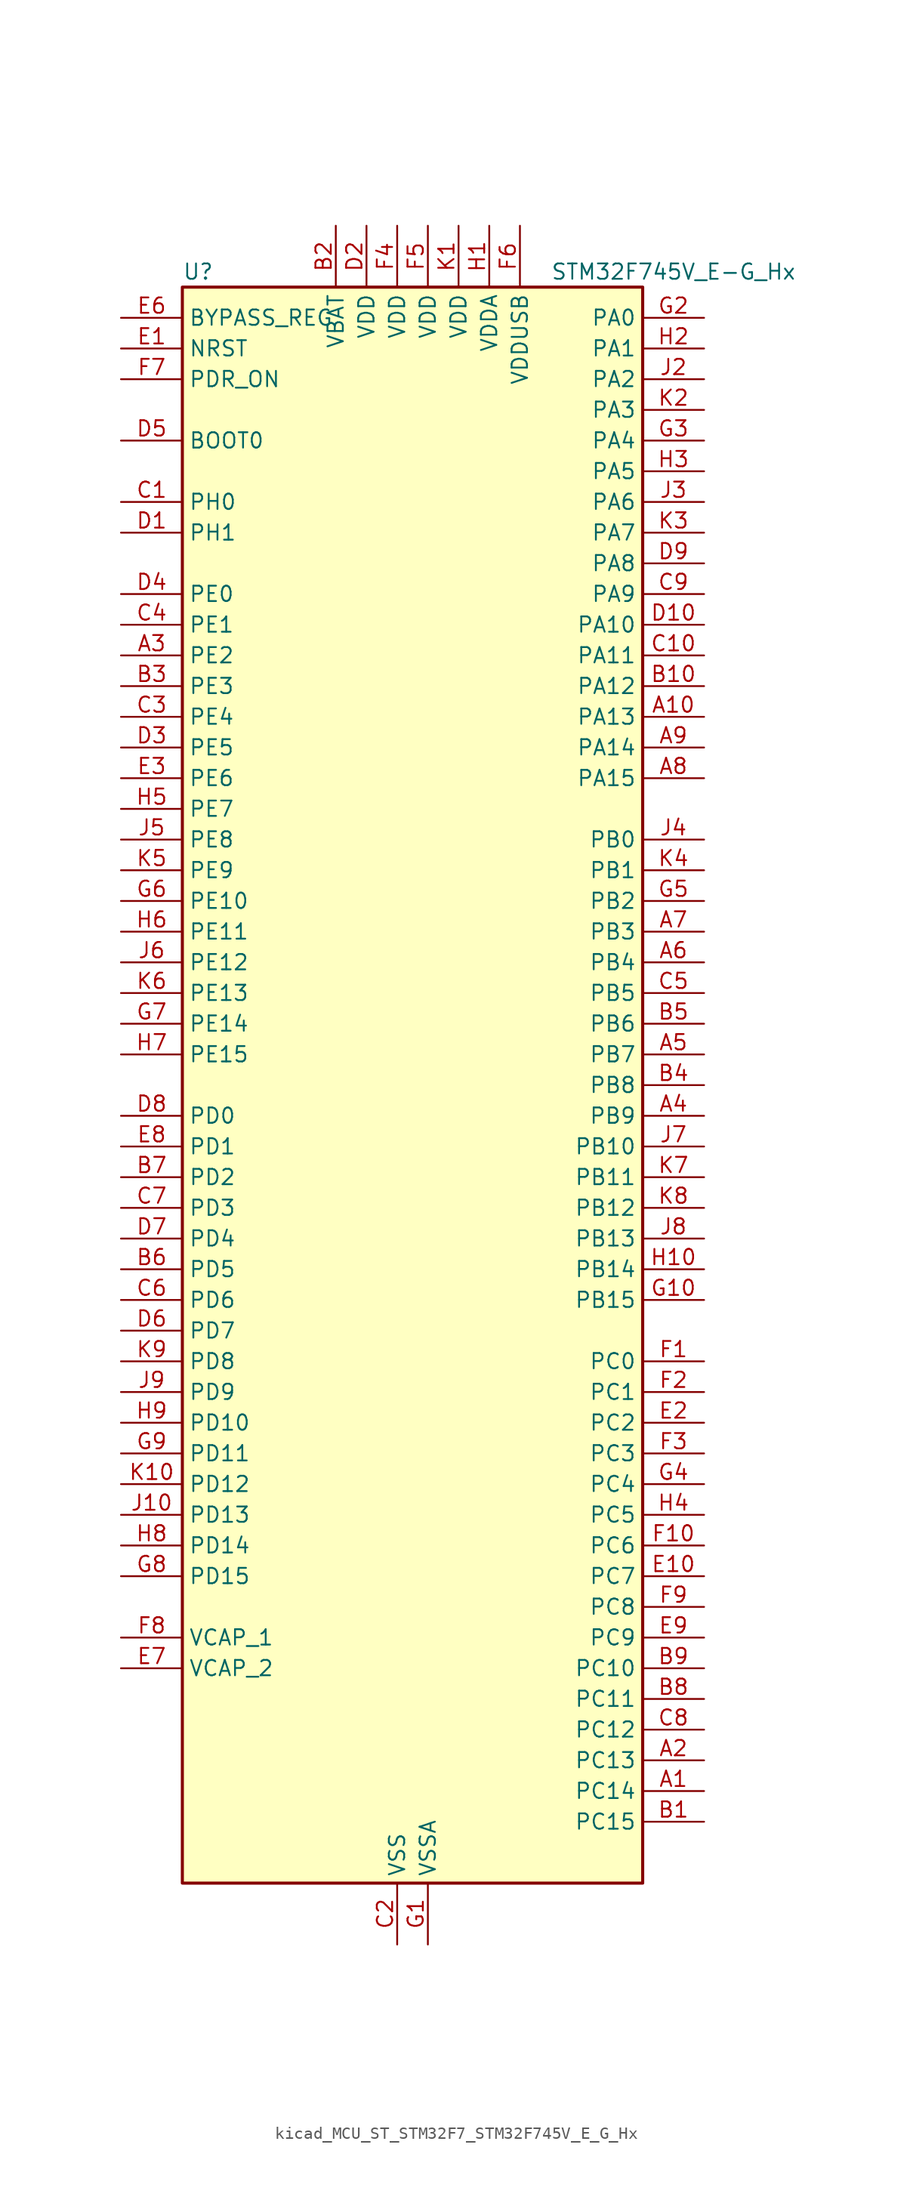
<source format=kicad_sym>
(kicad_symbol_lib
  (version 20220914)
  (generator kicad_symbol_editor)
  (symbol "kicad_MCU_ST_STM32F7_STM32F745V_E_G_Hx"
    (property "Reference" "U"
      (at -17.78 67.31 0)
      (effects (font (size 1.27 1.27)) (justify left)))
    (property "Value" "STM32F745V_E-G_Hx"
      (at 12.7 67.31 0)
      (effects (font (size 1.27 1.27)) (justify left)))
    (property "ki_locked" ""
      (at 0 0 0)
      (effects (font (size 1.27 1.27))))
    (symbol "kicad_MCU_ST_STM32F7_STM32F745V_E_G_Hx_0_1"
      (rectangle (start -17.78 -66.04) (end 20.32 66.04) (stroke (width 0.254) (type default)) (fill (type background))))
    (symbol "kicad_MCU_ST_STM32F7_STM32F745V_E_G_Hx_1_1"
      (pin bidirectional line (at 25.4 -58.42 180) (length 5.08) (name "PC14" (effects (font (size 1.27 1.27)))) (number "A1" (effects (font (size 1.27 1.27)))) (alternate "RCC_OSC32_IN" bidirectional line))
      (pin bidirectional line (at 25.4 30.48 180) (length 5.08) (name "PA13" (effects (font (size 1.27 1.27)))) (number "A10" (effects (font (size 1.27 1.27)))) (alternate "SYS_JTMS-SWDIO" bidirectional line))
      (pin bidirectional line (at 25.4 -55.88 180) (length 5.08) (name "PC13" (effects (font (size 1.27 1.27)))) (number "A2" (effects (font (size 1.27 1.27)))) (alternate "RTC_OUT" bidirectional line) (alternate "RTC_TAMP1" bidirectional line) (alternate "RTC_TS" bidirectional line) (alternate "SYS_WKUP4" bidirectional line))
      (pin bidirectional line (at -22.86 35.56 0) (length 5.08) (name "PE2" (effects (font (size 1.27 1.27)))) (number "A3" (effects (font (size 1.27 1.27)))) (alternate "ETH_TXD3" bidirectional line) (alternate "FMC_A23" bidirectional line) (alternate "QUADSPI_BK1_IO2" bidirectional line) (alternate "SAI1_MCLK_A" bidirectional line) (alternate "SPI4_SCK" bidirectional line) (alternate "SYS_TRACECLK" bidirectional line))
      (pin bidirectional line (at 25.4 -2.54 180) (length 5.08) (name "PB9" (effects (font (size 1.27 1.27)))) (number "A4" (effects (font (size 1.27 1.27)))) (alternate "CAN1_TX" bidirectional line) (alternate "DAC_EXTI9" bidirectional line) (alternate "DCMI_D7" bidirectional line) (alternate "I2C1_SDA" bidirectional line) (alternate "I2S2_WS" bidirectional line) (alternate "SDMMC1_D5" bidirectional line) (alternate "SPI2_NSS" bidirectional line) (alternate "TIM11_CH1" bidirectional line) (alternate "TIM4_CH4" bidirectional line))
      (pin bidirectional line (at 25.4 2.54 180) (length 5.08) (name "PB7" (effects (font (size 1.27 1.27)))) (number "A5" (effects (font (size 1.27 1.27)))) (alternate "DCMI_VSYNC" bidirectional line) (alternate "FMC_NL" bidirectional line) (alternate "I2C1_SDA" bidirectional line) (alternate "TIM4_CH2" bidirectional line) (alternate "USART1_RX" bidirectional line))
      (pin bidirectional line (at 25.4 10.16 180) (length 5.08) (name "PB4" (effects (font (size 1.27 1.27)))) (number "A6" (effects (font (size 1.27 1.27)))) (alternate "I2S2_WS" bidirectional line) (alternate "SPI1_MISO" bidirectional line) (alternate "SPI2_NSS" bidirectional line) (alternate "SPI3_MISO" bidirectional line) (alternate "SYS_JTRST" bidirectional line) (alternate "TIM3_CH1" bidirectional line))
      (pin bidirectional line (at 25.4 12.7 180) (length 5.08) (name "PB3" (effects (font (size 1.27 1.27)))) (number "A7" (effects (font (size 1.27 1.27)))) (alternate "I2S1_CK" bidirectional line) (alternate "I2S3_CK" bidirectional line) (alternate "SPI1_SCK" bidirectional line) (alternate "SPI3_SCK" bidirectional line) (alternate "SYS_JTDO-SWO" bidirectional line) (alternate "TIM2_CH2" bidirectional line))
      (pin bidirectional line (at 25.4 25.4 180) (length 5.08) (name "PA15" (effects (font (size 1.27 1.27)))) (number "A8" (effects (font (size 1.27 1.27)))) (alternate "CEC" bidirectional line) (alternate "I2S1_WS" bidirectional line) (alternate "I2S3_WS" bidirectional line) (alternate "SPI1_NSS" bidirectional line) (alternate "SPI3_NSS" bidirectional line) (alternate "SYS_JTDI" bidirectional line) (alternate "TIM2_CH1" bidirectional line) (alternate "TIM2_ETR" bidirectional line) (alternate "UART4_DE" bidirectional line) (alternate "UART4_RTS" bidirectional line))
      (pin bidirectional line (at 25.4 27.94 180) (length 5.08) (name "PA14" (effects (font (size 1.27 1.27)))) (number "A9" (effects (font (size 1.27 1.27)))) (alternate "SYS_JTCK-SWCLK" bidirectional line))
      (pin bidirectional line (at 25.4 -60.96 180) (length 5.08) (name "PC15" (effects (font (size 1.27 1.27)))) (number "B1" (effects (font (size 1.27 1.27)))) (alternate "RCC_OSC32_OUT" bidirectional line))
      (pin bidirectional line (at 25.4 33.02 180) (length 5.08) (name "PA12" (effects (font (size 1.27 1.27)))) (number "B10" (effects (font (size 1.27 1.27)))) (alternate "CAN1_TX" bidirectional line) (alternate "SAI2_FS_B" bidirectional line) (alternate "TIM1_ETR" bidirectional line) (alternate "USART1_DE" bidirectional line) (alternate "USART1_RTS" bidirectional line) (alternate "USB_OTG_FS_DP" bidirectional line))
      (pin power_in line (at -5.08 71.12 270) (length 5.08) (name "VBAT" (effects (font (size 1.27 1.27)))) (number "B2" (effects (font (size 1.27 1.27)))))
      (pin bidirectional line (at -22.86 33.02 0) (length 5.08) (name "PE3" (effects (font (size 1.27 1.27)))) (number "B3" (effects (font (size 1.27 1.27)))) (alternate "FMC_A19" bidirectional line) (alternate "SAI1_SD_B" bidirectional line) (alternate "SYS_TRACED0" bidirectional line))
      (pin bidirectional line (at 25.4 0 180) (length 5.08) (name "PB8" (effects (font (size 1.27 1.27)))) (number "B4" (effects (font (size 1.27 1.27)))) (alternate "CAN1_RX" bidirectional line) (alternate "DCMI_D6" bidirectional line) (alternate "ETH_TXD3" bidirectional line) (alternate "I2C1_SCL" bidirectional line) (alternate "SDMMC1_D4" bidirectional line) (alternate "TIM10_CH1" bidirectional line) (alternate "TIM4_CH3" bidirectional line))
      (pin bidirectional line (at 25.4 5.08 180) (length 5.08) (name "PB6" (effects (font (size 1.27 1.27)))) (number "B5" (effects (font (size 1.27 1.27)))) (alternate "CAN2_TX" bidirectional line) (alternate "CEC" bidirectional line) (alternate "DCMI_D5" bidirectional line) (alternate "FMC_SDNE1" bidirectional line) (alternate "I2C1_SCL" bidirectional line) (alternate "QUADSPI_BK1_NCS" bidirectional line) (alternate "TIM4_CH1" bidirectional line) (alternate "USART1_TX" bidirectional line))
      (pin bidirectional line (at -22.86 -15.24 0) (length 5.08) (name "PD5" (effects (font (size 1.27 1.27)))) (number "B6" (effects (font (size 1.27 1.27)))) (alternate "FMC_NWE" bidirectional line) (alternate "USART2_TX" bidirectional line))
      (pin bidirectional line (at -22.86 -7.62 0) (length 5.08) (name "PD2" (effects (font (size 1.27 1.27)))) (number "B7" (effects (font (size 1.27 1.27)))) (alternate "DCMI_D11" bidirectional line) (alternate "SDMMC1_CMD" bidirectional line) (alternate "SYS_TRACED2" bidirectional line) (alternate "TIM3_ETR" bidirectional line) (alternate "UART5_RX" bidirectional line))
      (pin bidirectional line (at 25.4 -50.8 180) (length 5.08) (name "PC11" (effects (font (size 1.27 1.27)))) (number "B8" (effects (font (size 1.27 1.27)))) (alternate "ADC1_EXTI11" bidirectional line) (alternate "ADC2_EXTI11" bidirectional line) (alternate "ADC3_EXTI11" bidirectional line) (alternate "DCMI_D4" bidirectional line) (alternate "QUADSPI_BK2_NCS" bidirectional line) (alternate "SDMMC1_D3" bidirectional line) (alternate "SPI3_MISO" bidirectional line) (alternate "UART4_RX" bidirectional line) (alternate "USART3_RX" bidirectional line))
      (pin bidirectional line (at 25.4 -48.26 180) (length 5.08) (name "PC10" (effects (font (size 1.27 1.27)))) (number "B9" (effects (font (size 1.27 1.27)))) (alternate "DCMI_D8" bidirectional line) (alternate "I2S3_CK" bidirectional line) (alternate "QUADSPI_BK1_IO1" bidirectional line) (alternate "SDMMC1_D2" bidirectional line) (alternate "SPI3_SCK" bidirectional line) (alternate "UART4_TX" bidirectional line) (alternate "USART3_TX" bidirectional line))
      (pin bidirectional line (at -22.86 48.26 0) (length 5.08) (name "PH0" (effects (font (size 1.27 1.27)))) (number "C1" (effects (font (size 1.27 1.27)))) (alternate "RCC_OSC_IN" bidirectional line))
      (pin bidirectional line (at 25.4 35.56 180) (length 5.08) (name "PA11" (effects (font (size 1.27 1.27)))) (number "C10" (effects (font (size 1.27 1.27)))) (alternate "ADC1_EXTI11" bidirectional line) (alternate "ADC2_EXTI11" bidirectional line) (alternate "ADC3_EXTI11" bidirectional line) (alternate "CAN1_RX" bidirectional line) (alternate "TIM1_CH4" bidirectional line) (alternate "USART1_CTS" bidirectional line) (alternate "USB_OTG_FS_DM" bidirectional line))
      (pin power_in line (at 0 -71.12 90) (length 5.08) (name "VSS" (effects (font (size 1.27 1.27)))) (number "C2" (effects (font (size 1.27 1.27)))))
      (pin bidirectional line (at -22.86 30.48 0) (length 5.08) (name "PE4" (effects (font (size 1.27 1.27)))) (number "C3" (effects (font (size 1.27 1.27)))) (alternate "DCMI_D4" bidirectional line) (alternate "FMC_A20" bidirectional line) (alternate "SAI1_FS_A" bidirectional line) (alternate "SPI4_NSS" bidirectional line) (alternate "SYS_TRACED1" bidirectional line))
      (pin bidirectional line (at -22.86 38.1 0) (length 5.08) (name "PE1" (effects (font (size 1.27 1.27)))) (number "C4" (effects (font (size 1.27 1.27)))) (alternate "DCMI_D3" bidirectional line) (alternate "FMC_NBL1" bidirectional line) (alternate "LPTIM1_IN2" bidirectional line) (alternate "UART8_TX" bidirectional line))
      (pin bidirectional line (at 25.4 7.62 180) (length 5.08) (name "PB5" (effects (font (size 1.27 1.27)))) (number "C5" (effects (font (size 1.27 1.27)))) (alternate "CAN2_RX" bidirectional line) (alternate "DCMI_D10" bidirectional line) (alternate "ETH_PPS_OUT" bidirectional line) (alternate "FMC_SDCKE1" bidirectional line) (alternate "I2C1_SMBA" bidirectional line) (alternate "I2S1_SD" bidirectional line) (alternate "I2S3_SD" bidirectional line) (alternate "SPI1_MOSI" bidirectional line) (alternate "SPI3_MOSI" bidirectional line) (alternate "TIM3_CH2" bidirectional line) (alternate "USB_OTG_HS_ULPI_D7" bidirectional line))
      (pin bidirectional line (at -22.86 -17.78 0) (length 5.08) (name "PD6" (effects (font (size 1.27 1.27)))) (number "C6" (effects (font (size 1.27 1.27)))) (alternate "DCMI_D10" bidirectional line) (alternate "FMC_NWAIT" bidirectional line) (alternate "I2S3_SD" bidirectional line) (alternate "SAI1_SD_A" bidirectional line) (alternate "SPI3_MOSI" bidirectional line) (alternate "USART2_RX" bidirectional line))
      (pin bidirectional line (at -22.86 -10.16 0) (length 5.08) (name "PD3" (effects (font (size 1.27 1.27)))) (number "C7" (effects (font (size 1.27 1.27)))) (alternate "DCMI_D5" bidirectional line) (alternate "FMC_CLK" bidirectional line) (alternate "I2S2_CK" bidirectional line) (alternate "SPI2_SCK" bidirectional line) (alternate "USART2_CTS" bidirectional line))
      (pin bidirectional line (at 25.4 -53.34 180) (length 5.08) (name "PC12" (effects (font (size 1.27 1.27)))) (number "C8" (effects (font (size 1.27 1.27)))) (alternate "DCMI_D9" bidirectional line) (alternate "I2S3_SD" bidirectional line) (alternate "SDMMC1_CK" bidirectional line) (alternate "SPI3_MOSI" bidirectional line) (alternate "SYS_TRACED3" bidirectional line) (alternate "UART5_TX" bidirectional line) (alternate "USART3_CK" bidirectional line))
      (pin bidirectional line (at 25.4 40.64 180) (length 5.08) (name "PA9" (effects (font (size 1.27 1.27)))) (number "C9" (effects (font (size 1.27 1.27)))) (alternate "DAC_EXTI9" bidirectional line) (alternate "DCMI_D0" bidirectional line) (alternate "I2C3_SMBA" bidirectional line) (alternate "I2S2_CK" bidirectional line) (alternate "SPI2_SCK" bidirectional line) (alternate "TIM1_CH2" bidirectional line) (alternate "USART1_TX" bidirectional line) (alternate "USB_OTG_FS_VBUS" bidirectional line))
      (pin bidirectional line (at -22.86 45.72 0) (length 5.08) (name "PH1" (effects (font (size 1.27 1.27)))) (number "D1" (effects (font (size 1.27 1.27)))) (alternate "RCC_OSC_OUT" bidirectional line))
      (pin bidirectional line (at 25.4 38.1 180) (length 5.08) (name "PA10" (effects (font (size 1.27 1.27)))) (number "D10" (effects (font (size 1.27 1.27)))) (alternate "DCMI_D1" bidirectional line) (alternate "TIM1_CH3" bidirectional line) (alternate "USART1_RX" bidirectional line) (alternate "USB_OTG_FS_ID" bidirectional line))
      (pin power_in line (at -2.54 71.12 270) (length 5.08) (name "VDD" (effects (font (size 1.27 1.27)))) (number "D2" (effects (font (size 1.27 1.27)))))
      (pin bidirectional line (at -22.86 27.94 0) (length 5.08) (name "PE5" (effects (font (size 1.27 1.27)))) (number "D3" (effects (font (size 1.27 1.27)))) (alternate "DCMI_D6" bidirectional line) (alternate "FMC_A21" bidirectional line) (alternate "SAI1_SCK_A" bidirectional line) (alternate "SPI4_MISO" bidirectional line) (alternate "SYS_TRACED2" bidirectional line) (alternate "TIM9_CH1" bidirectional line))
      (pin bidirectional line (at -22.86 40.64 0) (length 5.08) (name "PE0" (effects (font (size 1.27 1.27)))) (number "D4" (effects (font (size 1.27 1.27)))) (alternate "DCMI_D2" bidirectional line) (alternate "FMC_NBL0" bidirectional line) (alternate "LPTIM1_ETR" bidirectional line) (alternate "SAI2_MCLK_A" bidirectional line) (alternate "TIM4_ETR" bidirectional line) (alternate "UART8_RX" bidirectional line))
      (pin input line (at -22.86 53.34 0) (length 5.08) (name "BOOT0" (effects (font (size 1.27 1.27)))) (number "D5" (effects (font (size 1.27 1.27)))))
      (pin bidirectional line (at -22.86 -20.32 0) (length 5.08) (name "PD7" (effects (font (size 1.27 1.27)))) (number "D6" (effects (font (size 1.27 1.27)))) (alternate "FMC_NE1" bidirectional line) (alternate "SPDIFRX_IN0" bidirectional line) (alternate "USART2_CK" bidirectional line))
      (pin bidirectional line (at -22.86 -12.7 0) (length 5.08) (name "PD4" (effects (font (size 1.27 1.27)))) (number "D7" (effects (font (size 1.27 1.27)))) (alternate "FMC_NOE" bidirectional line) (alternate "USART2_DE" bidirectional line) (alternate "USART2_RTS" bidirectional line))
      (pin bidirectional line (at -22.86 -2.54 0) (length 5.08) (name "PD0" (effects (font (size 1.27 1.27)))) (number "D8" (effects (font (size 1.27 1.27)))) (alternate "CAN1_RX" bidirectional line) (alternate "FMC_D2" bidirectional line) (alternate "FMC_DA2" bidirectional line))
      (pin bidirectional line (at 25.4 43.18 180) (length 5.08) (name "PA8" (effects (font (size 1.27 1.27)))) (number "D9" (effects (font (size 1.27 1.27)))) (alternate "I2C3_SCL" bidirectional line) (alternate "RCC_MCO_1" bidirectional line) (alternate "TIM1_CH1" bidirectional line) (alternate "TIM8_BKIN2" bidirectional line) (alternate "USART1_CK" bidirectional line) (alternate "USB_OTG_FS_SOF" bidirectional line))
      (pin input line (at -22.86 60.96 0) (length 5.08) (name "NRST" (effects (font (size 1.27 1.27)))) (number "E1" (effects (font (size 1.27 1.27)))))
      (pin bidirectional line (at 25.4 -40.64 180) (length 5.08) (name "PC7" (effects (font (size 1.27 1.27)))) (number "E10" (effects (font (size 1.27 1.27)))) (alternate "DCMI_D1" bidirectional line) (alternate "I2S3_MCK" bidirectional line) (alternate "SDMMC1_D7" bidirectional line) (alternate "TIM3_CH2" bidirectional line) (alternate "TIM8_CH2" bidirectional line) (alternate "USART6_RX" bidirectional line))
      (pin bidirectional line (at 25.4 -27.94 180) (length 5.08) (name "PC2" (effects (font (size 1.27 1.27)))) (number "E2" (effects (font (size 1.27 1.27)))) (alternate "ADC1_IN12" bidirectional line) (alternate "ADC2_IN12" bidirectional line) (alternate "ADC3_IN12" bidirectional line) (alternate "ETH_TXD2" bidirectional line) (alternate "FMC_SDNE0" bidirectional line) (alternate "SPI2_MISO" bidirectional line) (alternate "USB_OTG_HS_ULPI_DIR" bidirectional line))
      (pin bidirectional line (at -22.86 25.4 0) (length 5.08) (name "PE6" (effects (font (size 1.27 1.27)))) (number "E3" (effects (font (size 1.27 1.27)))) (alternate "DCMI_D7" bidirectional line) (alternate "FMC_A22" bidirectional line) (alternate "SAI1_SD_A" bidirectional line) (alternate "SAI2_MCLK_B" bidirectional line) (alternate "SPI4_MOSI" bidirectional line) (alternate "SYS_TRACED3" bidirectional line) (alternate "TIM1_BKIN2" bidirectional line) (alternate "TIM9_CH2" bidirectional line))
      (pin passive line (at 0 -71.12 90) (length 5.08) hide (name "VSS" (effects (font (size 1.27 1.27)))) (number "E4" (effects (font (size 1.27 1.27)))))
      (pin passive line (at 0 -71.12 90) (length 5.08) hide (name "VSS" (effects (font (size 1.27 1.27)))) (number "E5" (effects (font (size 1.27 1.27)))))
      (pin input line (at -22.86 63.5 0) (length 5.08) (name "BYPASS_REG" (effects (font (size 1.27 1.27)))) (number "E6" (effects (font (size 1.27 1.27)))))
      (pin power_out line (at -22.86 -48.26 0) (length 5.08) (name "VCAP_2" (effects (font (size 1.27 1.27)))) (number "E7" (effects (font (size 1.27 1.27)))))
      (pin bidirectional line (at -22.86 -5.08 0) (length 5.08) (name "PD1" (effects (font (size 1.27 1.27)))) (number "E8" (effects (font (size 1.27 1.27)))) (alternate "CAN1_TX" bidirectional line) (alternate "FMC_D3" bidirectional line) (alternate "FMC_DA3" bidirectional line))
      (pin bidirectional line (at 25.4 -45.72 180) (length 5.08) (name "PC9" (effects (font (size 1.27 1.27)))) (number "E9" (effects (font (size 1.27 1.27)))) (alternate "DAC_EXTI9" bidirectional line) (alternate "DCMI_D3" bidirectional line) (alternate "I2C3_SDA" bidirectional line) (alternate "I2S_CKIN" bidirectional line) (alternate "QUADSPI_BK1_IO0" bidirectional line) (alternate "RCC_MCO_2" bidirectional line) (alternate "SDMMC1_D1" bidirectional line) (alternate "TIM3_CH4" bidirectional line) (alternate "TIM8_CH4" bidirectional line) (alternate "UART5_CTS" bidirectional line))
      (pin bidirectional line (at 25.4 -22.86 180) (length 5.08) (name "PC0" (effects (font (size 1.27 1.27)))) (number "F1" (effects (font (size 1.27 1.27)))) (alternate "ADC1_IN10" bidirectional line) (alternate "ADC2_IN10" bidirectional line) (alternate "ADC3_IN10" bidirectional line) (alternate "FMC_SDNWE" bidirectional line) (alternate "SAI2_FS_B" bidirectional line) (alternate "USB_OTG_HS_ULPI_STP" bidirectional line))
      (pin bidirectional line (at 25.4 -38.1 180) (length 5.08) (name "PC6" (effects (font (size 1.27 1.27)))) (number "F10" (effects (font (size 1.27 1.27)))) (alternate "DCMI_D0" bidirectional line) (alternate "I2S2_MCK" bidirectional line) (alternate "SDMMC1_D6" bidirectional line) (alternate "TIM3_CH1" bidirectional line) (alternate "TIM8_CH1" bidirectional line) (alternate "USART6_TX" bidirectional line))
      (pin bidirectional line (at 25.4 -25.4 180) (length 5.08) (name "PC1" (effects (font (size 1.27 1.27)))) (number "F2" (effects (font (size 1.27 1.27)))) (alternate "ADC1_IN11" bidirectional line) (alternate "ADC2_IN11" bidirectional line) (alternate "ADC3_IN11" bidirectional line) (alternate "ETH_MDC" bidirectional line) (alternate "I2S2_SD" bidirectional line) (alternate "RTC_TAMP3" bidirectional line) (alternate "RTC_TS" bidirectional line) (alternate "SAI1_SD_A" bidirectional line) (alternate "SPI2_MOSI" bidirectional line) (alternate "SYS_TRACED0" bidirectional line) (alternate "SYS_WKUP3" bidirectional line))
      (pin bidirectional line (at 25.4 -30.48 180) (length 5.08) (name "PC3" (effects (font (size 1.27 1.27)))) (number "F3" (effects (font (size 1.27 1.27)))) (alternate "ADC1_IN13" bidirectional line) (alternate "ADC2_IN13" bidirectional line) (alternate "ADC3_IN13" bidirectional line) (alternate "ETH_TX_CLK" bidirectional line) (alternate "FMC_SDCKE0" bidirectional line) (alternate "I2S2_SD" bidirectional line) (alternate "SPI2_MOSI" bidirectional line) (alternate "USB_OTG_HS_ULPI_NXT" bidirectional line))
      (pin power_in line (at 0 71.12 270) (length 5.08) (name "VDD" (effects (font (size 1.27 1.27)))) (number "F4" (effects (font (size 1.27 1.27)))))
      (pin power_in line (at 2.54 71.12 270) (length 5.08) (name "VDD" (effects (font (size 1.27 1.27)))) (number "F5" (effects (font (size 1.27 1.27)))))
      (pin power_in line (at 10.16 71.12 270) (length 5.08) (name "VDDUSB" (effects (font (size 1.27 1.27)))) (number "F6" (effects (font (size 1.27 1.27)))))
      (pin input line (at -22.86 58.42 0) (length 5.08) (name "PDR_ON" (effects (font (size 1.27 1.27)))) (number "F7" (effects (font (size 1.27 1.27)))))
      (pin power_out line (at -22.86 -45.72 0) (length 5.08) (name "VCAP_1" (effects (font (size 1.27 1.27)))) (number "F8" (effects (font (size 1.27 1.27)))))
      (pin bidirectional line (at 25.4 -43.18 180) (length 5.08) (name "PC8" (effects (font (size 1.27 1.27)))) (number "F9" (effects (font (size 1.27 1.27)))) (alternate "DCMI_D2" bidirectional line) (alternate "SDMMC1_D0" bidirectional line) (alternate "SYS_TRACED1" bidirectional line) (alternate "TIM3_CH3" bidirectional line) (alternate "TIM8_CH3" bidirectional line) (alternate "UART5_DE" bidirectional line) (alternate "UART5_RTS" bidirectional line) (alternate "USART6_CK" bidirectional line))
      (pin power_in line (at 2.54 -71.12 90) (length 5.08) (name "VSSA" (effects (font (size 1.27 1.27)))) (number "G1" (effects (font (size 1.27 1.27)))))
      (pin bidirectional line (at 25.4 -17.78 180) (length 5.08) (name "PB15" (effects (font (size 1.27 1.27)))) (number "G10" (effects (font (size 1.27 1.27)))) (alternate "I2S2_SD" bidirectional line) (alternate "RTC_REFIN" bidirectional line) (alternate "SPI2_MOSI" bidirectional line) (alternate "TIM12_CH2" bidirectional line) (alternate "TIM1_CH3N" bidirectional line) (alternate "TIM8_CH3N" bidirectional line) (alternate "USB_OTG_HS_DP" bidirectional line))
      (pin bidirectional line (at 25.4 63.5 180) (length 5.08) (name "PA0" (effects (font (size 1.27 1.27)))) (number "G2" (effects (font (size 1.27 1.27)))) (alternate "ADC1_IN0" bidirectional line) (alternate "ADC2_IN0" bidirectional line) (alternate "ADC3_IN0" bidirectional line) (alternate "ETH_CRS" bidirectional line) (alternate "SAI2_SD_B" bidirectional line) (alternate "SYS_WKUP1" bidirectional line) (alternate "TIM2_CH1" bidirectional line) (alternate "TIM2_ETR" bidirectional line) (alternate "TIM5_CH1" bidirectional line) (alternate "TIM8_ETR" bidirectional line) (alternate "UART4_TX" bidirectional line) (alternate "USART2_CTS" bidirectional line))
      (pin bidirectional line (at 25.4 53.34 180) (length 5.08) (name "PA4" (effects (font (size 1.27 1.27)))) (number "G3" (effects (font (size 1.27 1.27)))) (alternate "ADC1_IN4" bidirectional line) (alternate "ADC2_IN4" bidirectional line) (alternate "DAC_OUT1" bidirectional line) (alternate "DCMI_HSYNC" bidirectional line) (alternate "I2S1_WS" bidirectional line) (alternate "I2S3_WS" bidirectional line) (alternate "SPI1_NSS" bidirectional line) (alternate "SPI3_NSS" bidirectional line) (alternate "USART2_CK" bidirectional line) (alternate "USB_OTG_HS_SOF" bidirectional line))
      (pin bidirectional line (at 25.4 -33.02 180) (length 5.08) (name "PC4" (effects (font (size 1.27 1.27)))) (number "G4" (effects (font (size 1.27 1.27)))) (alternate "ADC1_IN14" bidirectional line) (alternate "ADC2_IN14" bidirectional line) (alternate "ETH_RXD0" bidirectional line) (alternate "FMC_SDNE0" bidirectional line) (alternate "I2S1_MCK" bidirectional line) (alternate "SPDIFRX_IN2" bidirectional line))
      (pin bidirectional line (at 25.4 15.24 180) (length 5.08) (name "PB2" (effects (font (size 1.27 1.27)))) (number "G5" (effects (font (size 1.27 1.27)))) (alternate "I2S3_SD" bidirectional line) (alternate "QUADSPI_CLK" bidirectional line) (alternate "SAI1_SD_A" bidirectional line) (alternate "SPI3_MOSI" bidirectional line))
      (pin bidirectional line (at -22.86 15.24 0) (length 5.08) (name "PE10" (effects (font (size 1.27 1.27)))) (number "G6" (effects (font (size 1.27 1.27)))) (alternate "FMC_D7" bidirectional line) (alternate "FMC_DA7" bidirectional line) (alternate "QUADSPI_BK2_IO3" bidirectional line) (alternate "TIM1_CH2N" bidirectional line) (alternate "UART7_CTS" bidirectional line))
      (pin bidirectional line (at -22.86 5.08 0) (length 5.08) (name "PE14" (effects (font (size 1.27 1.27)))) (number "G7" (effects (font (size 1.27 1.27)))) (alternate "FMC_D11" bidirectional line) (alternate "FMC_DA11" bidirectional line) (alternate "SAI2_MCLK_B" bidirectional line) (alternate "SPI4_MOSI" bidirectional line) (alternate "TIM1_CH4" bidirectional line))
      (pin bidirectional line (at -22.86 -40.64 0) (length 5.08) (name "PD15" (effects (font (size 1.27 1.27)))) (number "G8" (effects (font (size 1.27 1.27)))) (alternate "FMC_D1" bidirectional line) (alternate "FMC_DA1" bidirectional line) (alternate "TIM4_CH4" bidirectional line) (alternate "UART8_DE" bidirectional line) (alternate "UART8_RTS" bidirectional line))
      (pin bidirectional line (at -22.86 -30.48 0) (length 5.08) (name "PD11" (effects (font (size 1.27 1.27)))) (number "G9" (effects (font (size 1.27 1.27)))) (alternate "ADC1_EXTI11" bidirectional line) (alternate "ADC2_EXTI11" bidirectional line) (alternate "ADC3_EXTI11" bidirectional line) (alternate "FMC_A16" bidirectional line) (alternate "FMC_CLE" bidirectional line) (alternate "I2C4_SMBA" bidirectional line) (alternate "QUADSPI_BK1_IO0" bidirectional line) (alternate "SAI2_SD_A" bidirectional line) (alternate "USART3_CTS" bidirectional line))
      (pin power_in line (at 7.62 71.12 270) (length 5.08) (name "VDDA" (effects (font (size 1.27 1.27)))) (number "H1" (effects (font (size 1.27 1.27)))))
      (pin bidirectional line (at 25.4 -15.24 180) (length 5.08) (name "PB14" (effects (font (size 1.27 1.27)))) (number "H10" (effects (font (size 1.27 1.27)))) (alternate "SPI2_MISO" bidirectional line) (alternate "TIM12_CH1" bidirectional line) (alternate "TIM1_CH2N" bidirectional line) (alternate "TIM8_CH2N" bidirectional line) (alternate "USART3_DE" bidirectional line) (alternate "USART3_RTS" bidirectional line) (alternate "USB_OTG_HS_DM" bidirectional line))
      (pin bidirectional line (at 25.4 60.96 180) (length 5.08) (name "PA1" (effects (font (size 1.27 1.27)))) (number "H2" (effects (font (size 1.27 1.27)))) (alternate "ADC1_IN1" bidirectional line) (alternate "ADC2_IN1" bidirectional line) (alternate "ADC3_IN1" bidirectional line) (alternate "ETH_REF_CLK" bidirectional line) (alternate "ETH_RX_CLK" bidirectional line) (alternate "QUADSPI_BK1_IO3" bidirectional line) (alternate "SAI2_MCLK_B" bidirectional line) (alternate "TIM2_CH2" bidirectional line) (alternate "TIM5_CH2" bidirectional line) (alternate "UART4_RX" bidirectional line) (alternate "USART2_DE" bidirectional line) (alternate "USART2_RTS" bidirectional line))
      (pin bidirectional line (at 25.4 50.8 180) (length 5.08) (name "PA5" (effects (font (size 1.27 1.27)))) (number "H3" (effects (font (size 1.27 1.27)))) (alternate "ADC1_IN5" bidirectional line) (alternate "ADC2_IN5" bidirectional line) (alternate "DAC_OUT2" bidirectional line) (alternate "I2S1_CK" bidirectional line) (alternate "SPI1_SCK" bidirectional line) (alternate "TIM2_CH1" bidirectional line) (alternate "TIM2_ETR" bidirectional line) (alternate "TIM8_CH1N" bidirectional line) (alternate "USB_OTG_HS_ULPI_CK" bidirectional line))
      (pin bidirectional line (at 25.4 -35.56 180) (length 5.08) (name "PC5" (effects (font (size 1.27 1.27)))) (number "H4" (effects (font (size 1.27 1.27)))) (alternate "ADC1_IN15" bidirectional line) (alternate "ADC2_IN15" bidirectional line) (alternate "ETH_RXD1" bidirectional line) (alternate "FMC_SDCKE0" bidirectional line) (alternate "SPDIFRX_IN3" bidirectional line))
      (pin bidirectional line (at -22.86 22.86 0) (length 5.08) (name "PE7" (effects (font (size 1.27 1.27)))) (number "H5" (effects (font (size 1.27 1.27)))) (alternate "FMC_D4" bidirectional line) (alternate "FMC_DA4" bidirectional line) (alternate "QUADSPI_BK2_IO0" bidirectional line) (alternate "TIM1_ETR" bidirectional line) (alternate "UART7_RX" bidirectional line))
      (pin bidirectional line (at -22.86 12.7 0) (length 5.08) (name "PE11" (effects (font (size 1.27 1.27)))) (number "H6" (effects (font (size 1.27 1.27)))) (alternate "ADC1_EXTI11" bidirectional line) (alternate "ADC2_EXTI11" bidirectional line) (alternate "ADC3_EXTI11" bidirectional line) (alternate "FMC_D8" bidirectional line) (alternate "FMC_DA8" bidirectional line) (alternate "SAI2_SD_B" bidirectional line) (alternate "SPI4_NSS" bidirectional line) (alternate "TIM1_CH2" bidirectional line))
      (pin bidirectional line (at -22.86 2.54 0) (length 5.08) (name "PE15" (effects (font (size 1.27 1.27)))) (number "H7" (effects (font (size 1.27 1.27)))) (alternate "FMC_D12" bidirectional line) (alternate "FMC_DA12" bidirectional line) (alternate "TIM1_BKIN" bidirectional line))
      (pin bidirectional line (at -22.86 -38.1 0) (length 5.08) (name "PD14" (effects (font (size 1.27 1.27)))) (number "H8" (effects (font (size 1.27 1.27)))) (alternate "FMC_D0" bidirectional line) (alternate "FMC_DA0" bidirectional line) (alternate "TIM4_CH3" bidirectional line) (alternate "UART8_CTS" bidirectional line))
      (pin bidirectional line (at -22.86 -27.94 0) (length 5.08) (name "PD10" (effects (font (size 1.27 1.27)))) (number "H9" (effects (font (size 1.27 1.27)))) (alternate "FMC_D15" bidirectional line) (alternate "FMC_DA15" bidirectional line) (alternate "USART3_CK" bidirectional line))
      (pin passive line (at 0 -71.12 90) (length 5.08) hide (name "VSS" (effects (font (size 1.27 1.27)))) (number "J1" (effects (font (size 1.27 1.27)))))
      (pin bidirectional line (at -22.86 -35.56 0) (length 5.08) (name "PD13" (effects (font (size 1.27 1.27)))) (number "J10" (effects (font (size 1.27 1.27)))) (alternate "FMC_A18" bidirectional line) (alternate "I2C4_SDA" bidirectional line) (alternate "LPTIM1_OUT" bidirectional line) (alternate "QUADSPI_BK1_IO3" bidirectional line) (alternate "SAI2_SCK_A" bidirectional line) (alternate "TIM4_CH2" bidirectional line))
      (pin bidirectional line (at 25.4 58.42 180) (length 5.08) (name "PA2" (effects (font (size 1.27 1.27)))) (number "J2" (effects (font (size 1.27 1.27)))) (alternate "ADC1_IN2" bidirectional line) (alternate "ADC2_IN2" bidirectional line) (alternate "ADC3_IN2" bidirectional line) (alternate "ETH_MDIO" bidirectional line) (alternate "SAI2_SCK_B" bidirectional line) (alternate "SYS_WKUP2" bidirectional line) (alternate "TIM2_CH3" bidirectional line) (alternate "TIM5_CH3" bidirectional line) (alternate "TIM9_CH1" bidirectional line) (alternate "USART2_TX" bidirectional line))
      (pin bidirectional line (at 25.4 48.26 180) (length 5.08) (name "PA6" (effects (font (size 1.27 1.27)))) (number "J3" (effects (font (size 1.27 1.27)))) (alternate "ADC1_IN6" bidirectional line) (alternate "ADC2_IN6" bidirectional line) (alternate "DCMI_PIXCLK" bidirectional line) (alternate "SPI1_MISO" bidirectional line) (alternate "TIM13_CH1" bidirectional line) (alternate "TIM1_BKIN" bidirectional line) (alternate "TIM3_CH1" bidirectional line) (alternate "TIM8_BKIN" bidirectional line))
      (pin bidirectional line (at 25.4 20.32 180) (length 5.08) (name "PB0" (effects (font (size 1.27 1.27)))) (number "J4" (effects (font (size 1.27 1.27)))) (alternate "ADC1_IN8" bidirectional line) (alternate "ADC2_IN8" bidirectional line) (alternate "ETH_RXD2" bidirectional line) (alternate "TIM1_CH2N" bidirectional line) (alternate "TIM3_CH3" bidirectional line) (alternate "TIM8_CH2N" bidirectional line) (alternate "UART4_CTS" bidirectional line) (alternate "USB_OTG_HS_ULPI_D1" bidirectional line))
      (pin bidirectional line (at -22.86 20.32 0) (length 5.08) (name "PE8" (effects (font (size 1.27 1.27)))) (number "J5" (effects (font (size 1.27 1.27)))) (alternate "FMC_D5" bidirectional line) (alternate "FMC_DA5" bidirectional line) (alternate "QUADSPI_BK2_IO1" bidirectional line) (alternate "TIM1_CH1N" bidirectional line) (alternate "UART7_TX" bidirectional line))
      (pin bidirectional line (at -22.86 10.16 0) (length 5.08) (name "PE12" (effects (font (size 1.27 1.27)))) (number "J6" (effects (font (size 1.27 1.27)))) (alternate "FMC_D9" bidirectional line) (alternate "FMC_DA9" bidirectional line) (alternate "SAI2_SCK_B" bidirectional line) (alternate "SPI4_SCK" bidirectional line) (alternate "TIM1_CH3N" bidirectional line))
      (pin bidirectional line (at 25.4 -5.08 180) (length 5.08) (name "PB10" (effects (font (size 1.27 1.27)))) (number "J7" (effects (font (size 1.27 1.27)))) (alternate "ETH_RX_ER" bidirectional line) (alternate "I2C2_SCL" bidirectional line) (alternate "I2S2_CK" bidirectional line) (alternate "SPI2_SCK" bidirectional line) (alternate "TIM2_CH3" bidirectional line) (alternate "USART3_TX" bidirectional line) (alternate "USB_OTG_HS_ULPI_D3" bidirectional line))
      (pin bidirectional line (at 25.4 -12.7 180) (length 5.08) (name "PB13" (effects (font (size 1.27 1.27)))) (number "J8" (effects (font (size 1.27 1.27)))) (alternate "CAN2_TX" bidirectional line) (alternate "ETH_TXD1" bidirectional line) (alternate "I2S2_CK" bidirectional line) (alternate "SPI2_SCK" bidirectional line) (alternate "TIM1_CH1N" bidirectional line) (alternate "USART3_CTS" bidirectional line) (alternate "USB_OTG_HS_ULPI_D6" bidirectional line) (alternate "USB_OTG_HS_VBUS" bidirectional line))
      (pin bidirectional line (at -22.86 -25.4 0) (length 5.08) (name "PD9" (effects (font (size 1.27 1.27)))) (number "J9" (effects (font (size 1.27 1.27)))) (alternate "DAC_EXTI9" bidirectional line) (alternate "FMC_D14" bidirectional line) (alternate "FMC_DA14" bidirectional line) (alternate "USART3_RX" bidirectional line))
      (pin power_in line (at 5.08 71.12 270) (length 5.08) (name "VDD" (effects (font (size 1.27 1.27)))) (number "K1" (effects (font (size 1.27 1.27)))))
      (pin bidirectional line (at -22.86 -33.02 0) (length 5.08) (name "PD12" (effects (font (size 1.27 1.27)))) (number "K10" (effects (font (size 1.27 1.27)))) (alternate "FMC_A17" bidirectional line) (alternate "FMC_ALE" bidirectional line) (alternate "I2C4_SCL" bidirectional line) (alternate "LPTIM1_IN1" bidirectional line) (alternate "QUADSPI_BK1_IO1" bidirectional line) (alternate "SAI2_FS_A" bidirectional line) (alternate "TIM4_CH1" bidirectional line) (alternate "USART3_DE" bidirectional line) (alternate "USART3_RTS" bidirectional line))
      (pin bidirectional line (at 25.4 55.88 180) (length 5.08) (name "PA3" (effects (font (size 1.27 1.27)))) (number "K2" (effects (font (size 1.27 1.27)))) (alternate "ADC1_IN3" bidirectional line) (alternate "ADC2_IN3" bidirectional line) (alternate "ADC3_IN3" bidirectional line) (alternate "ETH_COL" bidirectional line) (alternate "TIM2_CH4" bidirectional line) (alternate "TIM5_CH4" bidirectional line) (alternate "TIM9_CH2" bidirectional line) (alternate "USART2_RX" bidirectional line) (alternate "USB_OTG_HS_ULPI_D0" bidirectional line))
      (pin bidirectional line (at 25.4 45.72 180) (length 5.08) (name "PA7" (effects (font (size 1.27 1.27)))) (number "K3" (effects (font (size 1.27 1.27)))) (alternate "ADC1_IN7" bidirectional line) (alternate "ADC2_IN7" bidirectional line) (alternate "ETH_CRS_DV" bidirectional line) (alternate "ETH_RX_DV" bidirectional line) (alternate "FMC_SDNWE" bidirectional line) (alternate "I2S1_SD" bidirectional line) (alternate "SPI1_MOSI" bidirectional line) (alternate "TIM14_CH1" bidirectional line) (alternate "TIM1_CH1N" bidirectional line) (alternate "TIM3_CH2" bidirectional line) (alternate "TIM8_CH1N" bidirectional line))
      (pin bidirectional line (at 25.4 17.78 180) (length 5.08) (name "PB1" (effects (font (size 1.27 1.27)))) (number "K4" (effects (font (size 1.27 1.27)))) (alternate "ADC1_IN9" bidirectional line) (alternate "ADC2_IN9" bidirectional line) (alternate "ETH_RXD3" bidirectional line) (alternate "TIM1_CH3N" bidirectional line) (alternate "TIM3_CH4" bidirectional line) (alternate "TIM8_CH3N" bidirectional line) (alternate "USB_OTG_HS_ULPI_D2" bidirectional line))
      (pin bidirectional line (at -22.86 17.78 0) (length 5.08) (name "PE9" (effects (font (size 1.27 1.27)))) (number "K5" (effects (font (size 1.27 1.27)))) (alternate "DAC_EXTI9" bidirectional line) (alternate "FMC_D6" bidirectional line) (alternate "FMC_DA6" bidirectional line) (alternate "QUADSPI_BK2_IO2" bidirectional line) (alternate "TIM1_CH1" bidirectional line) (alternate "UART7_DE" bidirectional line) (alternate "UART7_RTS" bidirectional line))
      (pin bidirectional line (at -22.86 7.62 0) (length 5.08) (name "PE13" (effects (font (size 1.27 1.27)))) (number "K6" (effects (font (size 1.27 1.27)))) (alternate "FMC_D10" bidirectional line) (alternate "FMC_DA10" bidirectional line) (alternate "SAI2_FS_B" bidirectional line) (alternate "SPI4_MISO" bidirectional line) (alternate "TIM1_CH3" bidirectional line))
      (pin bidirectional line (at 25.4 -7.62 180) (length 5.08) (name "PB11" (effects (font (size 1.27 1.27)))) (number "K7" (effects (font (size 1.27 1.27)))) (alternate "ADC1_EXTI11" bidirectional line) (alternate "ADC2_EXTI11" bidirectional line) (alternate "ADC3_EXTI11" bidirectional line) (alternate "ETH_TX_EN" bidirectional line) (alternate "I2C2_SDA" bidirectional line) (alternate "TIM2_CH4" bidirectional line) (alternate "USART3_RX" bidirectional line) (alternate "USB_OTG_HS_ULPI_D4" bidirectional line))
      (pin bidirectional line (at 25.4 -10.16 180) (length 5.08) (name "PB12" (effects (font (size 1.27 1.27)))) (number "K8" (effects (font (size 1.27 1.27)))) (alternate "CAN2_RX" bidirectional line) (alternate "ETH_TXD0" bidirectional line) (alternate "I2C2_SMBA" bidirectional line) (alternate "I2S2_WS" bidirectional line) (alternate "SPI2_NSS" bidirectional line) (alternate "TIM1_BKIN" bidirectional line) (alternate "USART3_CK" bidirectional line) (alternate "USB_OTG_HS_ID" bidirectional line) (alternate "USB_OTG_HS_ULPI_D5" bidirectional line))
      (pin bidirectional line (at -22.86 -22.86 0) (length 5.08) (name "PD8" (effects (font (size 1.27 1.27)))) (number "K9" (effects (font (size 1.27 1.27)))) (alternate "FMC_D13" bidirectional line) (alternate "FMC_DA13" bidirectional line) (alternate "SPDIFRX_IN1" bidirectional line) (alternate "USART3_TX" bidirectional line)))))
</source>
